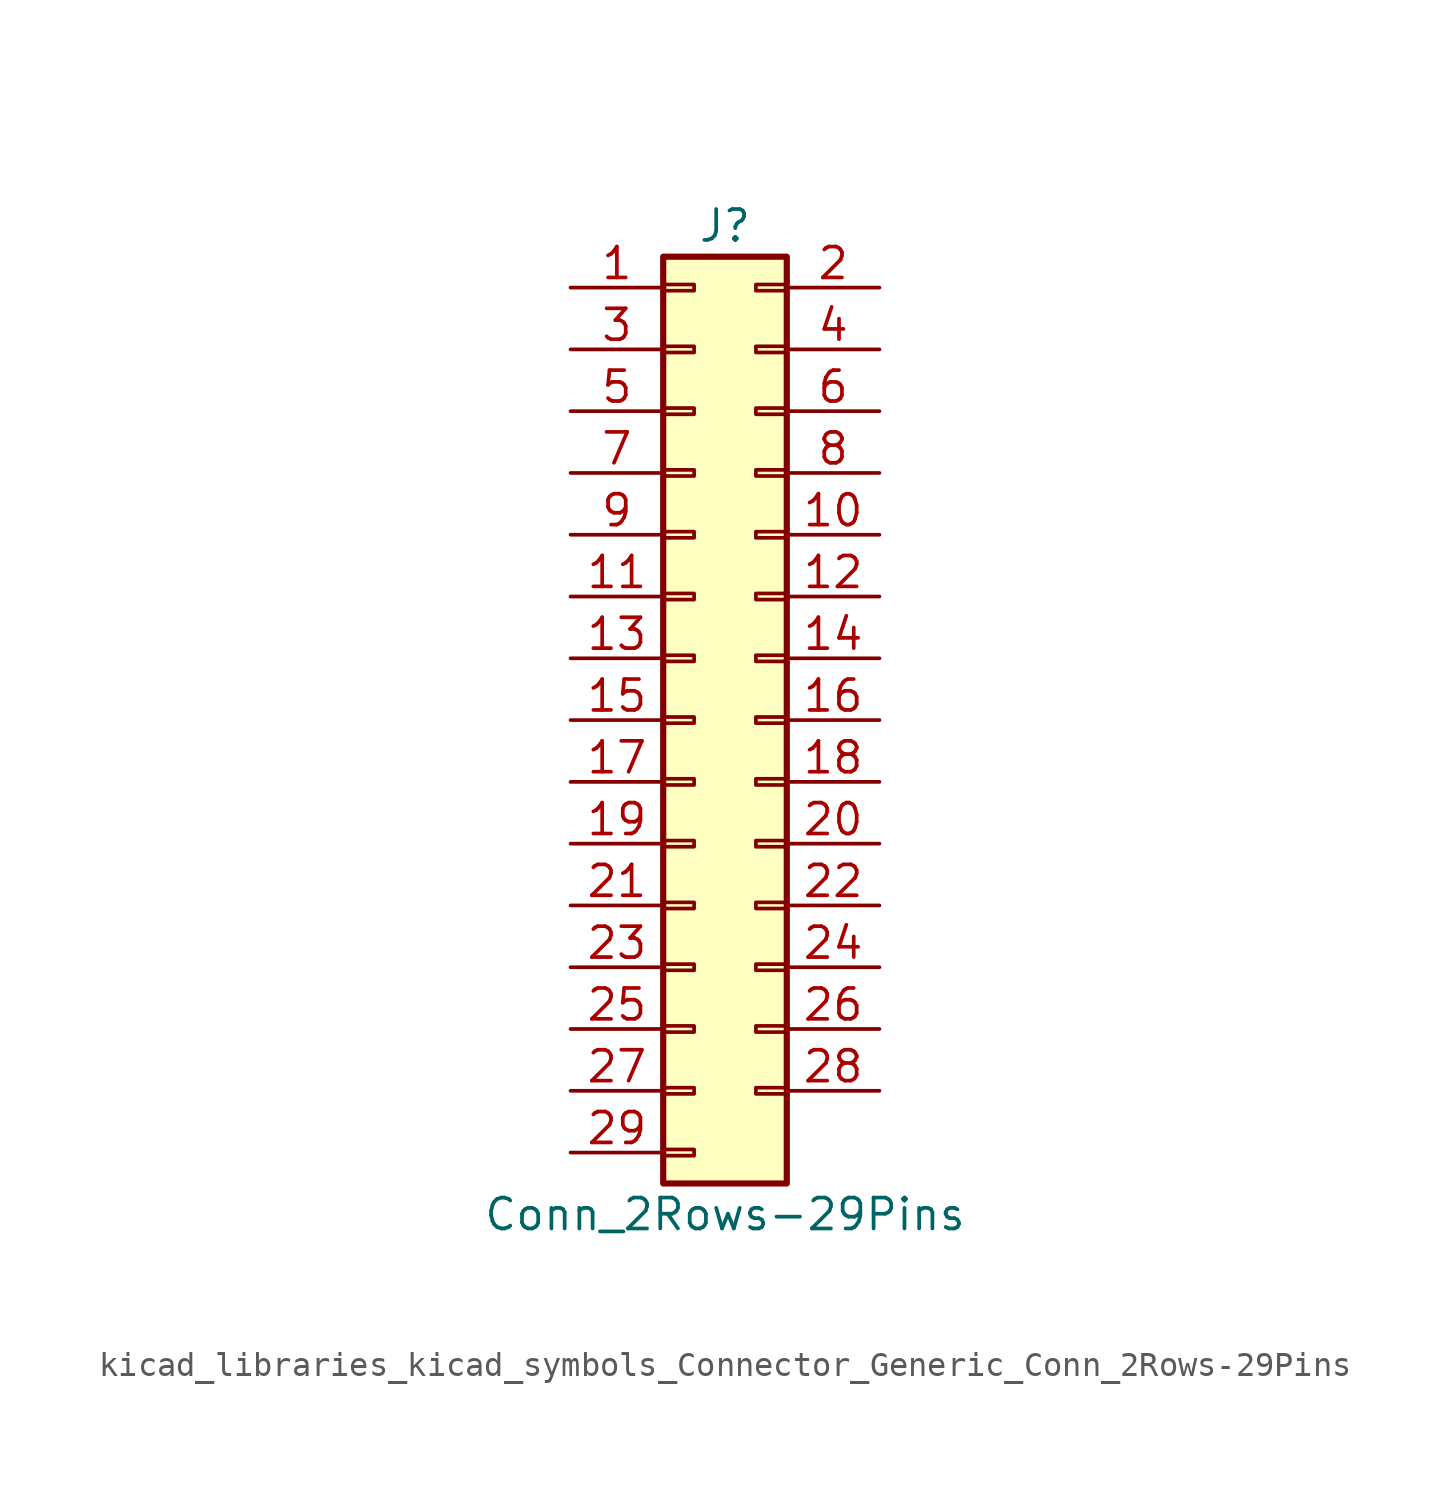
<source format=kicad_sym>
(kicad_symbol_lib
  (version 20220914)
  (generator kicad_symbol_editor)
  (symbol "kicad_libraries_kicad_symbols_Connector_Generic_Conn_2Rows-29Pins"
    (pin_names
      (offset 1.016) hide)
    (property "Reference" "J"
      (at 1.27 20.32 0)
      (effects (font (size 1.27 1.27))))
    (property "Value" "Conn_2Rows-29Pins"
      (at 1.27 -20.32 0)
      (effects (font (size 1.27 1.27))))
    (symbol "kicad_libraries_kicad_symbols_Connector_Generic_Conn_2Rows-29Pins_1_1"
      (rectangle (start -1.27 -17.653) (end 0 -17.907) (stroke (width 0.152) (type default)) (fill (type none)))
      (rectangle (start -1.27 -15.113) (end 0 -15.367) (stroke (width 0.152) (type default)) (fill (type none)))
      (rectangle (start -1.27 -12.573) (end 0 -12.827) (stroke (width 0.152) (type default)) (fill (type none)))
      (rectangle (start -1.27 -10.033) (end 0 -10.287) (stroke (width 0.152) (type default)) (fill (type none)))
      (rectangle (start -1.27 -7.493) (end 0 -7.747) (stroke (width 0.152) (type default)) (fill (type none)))
      (rectangle (start -1.27 -4.953) (end 0 -5.207) (stroke (width 0.152) (type default)) (fill (type none)))
      (rectangle (start -1.27 -2.413) (end 0 -2.667) (stroke (width 0.152) (type default)) (fill (type none)))
      (rectangle (start -1.27 0.127) (end 0 -0.127) (stroke (width 0.152) (type default)) (fill (type none)))
      (rectangle (start -1.27 2.667) (end 0 2.413) (stroke (width 0.152) (type default)) (fill (type none)))
      (rectangle (start -1.27 5.207) (end 0 4.953) (stroke (width 0.152) (type default)) (fill (type none)))
      (rectangle (start -1.27 7.747) (end 0 7.493) (stroke (width 0.152) (type default)) (fill (type none)))
      (rectangle (start -1.27 10.287) (end 0 10.033) (stroke (width 0.152) (type default)) (fill (type none)))
      (rectangle (start -1.27 12.827) (end 0 12.573) (stroke (width 0.152) (type default)) (fill (type none)))
      (rectangle (start -1.27 15.367) (end 0 15.113) (stroke (width 0.152) (type default)) (fill (type none)))
      (rectangle (start -1.27 17.907) (end 0 17.653) (stroke (width 0.152) (type default)) (fill (type none)))
      (rectangle (start -1.27 19.05) (end 3.81 -19.05) (stroke (width 0.254) (type default)) (fill (type background)))
      (rectangle (start 3.81 -15.113) (end 2.54 -15.367) (stroke (width 0.152) (type default)) (fill (type none)))
      (rectangle (start 3.81 -12.573) (end 2.54 -12.827) (stroke (width 0.152) (type default)) (fill (type none)))
      (rectangle (start 3.81 -10.033) (end 2.54 -10.287) (stroke (width 0.152) (type default)) (fill (type none)))
      (rectangle (start 3.81 -7.493) (end 2.54 -7.747) (stroke (width 0.152) (type default)) (fill (type none)))
      (rectangle (start 3.81 -4.953) (end 2.54 -5.207) (stroke (width 0.152) (type default)) (fill (type none)))
      (rectangle (start 3.81 -2.413) (end 2.54 -2.667) (stroke (width 0.152) (type default)) (fill (type none)))
      (rectangle (start 3.81 0.127) (end 2.54 -0.127) (stroke (width 0.152) (type default)) (fill (type none)))
      (rectangle (start 3.81 2.667) (end 2.54 2.413) (stroke (width 0.152) (type default)) (fill (type none)))
      (rectangle (start 3.81 5.207) (end 2.54 4.953) (stroke (width 0.152) (type default)) (fill (type none)))
      (rectangle (start 3.81 7.747) (end 2.54 7.493) (stroke (width 0.152) (type default)) (fill (type none)))
      (rectangle (start 3.81 10.287) (end 2.54 10.033) (stroke (width 0.152) (type default)) (fill (type none)))
      (rectangle (start 3.81 12.827) (end 2.54 12.573) (stroke (width 0.152) (type default)) (fill (type none)))
      (rectangle (start 3.81 15.367) (end 2.54 15.113) (stroke (width 0.152) (type default)) (fill (type none)))
      (rectangle (start 3.81 17.907) (end 2.54 17.653) (stroke (width 0.152) (type default)) (fill (type none)))
      (pin passive line (at -5.08 17.78 0) (length 3.81) (name "Pin_1" (effects (font (size 1.27 1.27)))) (number "1" (effects (font (size 1.27 1.27)))))
      (pin passive line (at 7.62 7.62 180) (length 3.81) (name "Pin_10" (effects (font (size 1.27 1.27)))) (number "10" (effects (font (size 1.27 1.27)))))
      (pin passive line (at -5.08 5.08 0) (length 3.81) (name "Pin_11" (effects (font (size 1.27 1.27)))) (number "11" (effects (font (size 1.27 1.27)))))
      (pin passive line (at 7.62 5.08 180) (length 3.81) (name "Pin_12" (effects (font (size 1.27 1.27)))) (number "12" (effects (font (size 1.27 1.27)))))
      (pin passive line (at -5.08 2.54 0) (length 3.81) (name "Pin_13" (effects (font (size 1.27 1.27)))) (number "13" (effects (font (size 1.27 1.27)))))
      (pin passive line (at 7.62 2.54 180) (length 3.81) (name "Pin_14" (effects (font (size 1.27 1.27)))) (number "14" (effects (font (size 1.27 1.27)))))
      (pin passive line (at -5.08 0 0) (length 3.81) (name "Pin_15" (effects (font (size 1.27 1.27)))) (number "15" (effects (font (size 1.27 1.27)))))
      (pin passive line (at 7.62 0 180) (length 3.81) (name "Pin_16" (effects (font (size 1.27 1.27)))) (number "16" (effects (font (size 1.27 1.27)))))
      (pin passive line (at -5.08 -2.54 0) (length 3.81) (name "Pin_17" (effects (font (size 1.27 1.27)))) (number "17" (effects (font (size 1.27 1.27)))))
      (pin passive line (at 7.62 -2.54 180) (length 3.81) (name "Pin_18" (effects (font (size 1.27 1.27)))) (number "18" (effects (font (size 1.27 1.27)))))
      (pin passive line (at -5.08 -5.08 0) (length 3.81) (name "Pin_19" (effects (font (size 1.27 1.27)))) (number "19" (effects (font (size 1.27 1.27)))))
      (pin passive line (at 7.62 17.78 180) (length 3.81) (name "Pin_2" (effects (font (size 1.27 1.27)))) (number "2" (effects (font (size 1.27 1.27)))))
      (pin passive line (at 7.62 -5.08 180) (length 3.81) (name "Pin_20" (effects (font (size 1.27 1.27)))) (number "20" (effects (font (size 1.27 1.27)))))
      (pin passive line (at -5.08 -7.62 0) (length 3.81) (name "Pin_21" (effects (font (size 1.27 1.27)))) (number "21" (effects (font (size 1.27 1.27)))))
      (pin passive line (at 7.62 -7.62 180) (length 3.81) (name "Pin_22" (effects (font (size 1.27 1.27)))) (number "22" (effects (font (size 1.27 1.27)))))
      (pin passive line (at -5.08 -10.16 0) (length 3.81) (name "Pin_23" (effects (font (size 1.27 1.27)))) (number "23" (effects (font (size 1.27 1.27)))))
      (pin passive line (at 7.62 -10.16 180) (length 3.81) (name "Pin_24" (effects (font (size 1.27 1.27)))) (number "24" (effects (font (size 1.27 1.27)))))
      (pin passive line (at -5.08 -12.7 0) (length 3.81) (name "Pin_25" (effects (font (size 1.27 1.27)))) (number "25" (effects (font (size 1.27 1.27)))))
      (pin passive line (at 7.62 -12.7 180) (length 3.81) (name "Pin_26" (effects (font (size 1.27 1.27)))) (number "26" (effects (font (size 1.27 1.27)))))
      (pin passive line (at -5.08 -15.24 0) (length 3.81) (name "Pin_27" (effects (font (size 1.27 1.27)))) (number "27" (effects (font (size 1.27 1.27)))))
      (pin passive line (at 7.62 -15.24 180) (length 3.81) (name "Pin_28" (effects (font (size 1.27 1.27)))) (number "28" (effects (font (size 1.27 1.27)))))
      (pin passive line (at -5.08 -17.78 0) (length 3.81) (name "Pin_29" (effects (font (size 1.27 1.27)))) (number "29" (effects (font (size 1.27 1.27)))))
      (pin passive line (at -5.08 15.24 0) (length 3.81) (name "Pin_3" (effects (font (size 1.27 1.27)))) (number "3" (effects (font (size 1.27 1.27)))))
      (pin passive line (at 7.62 15.24 180) (length 3.81) (name "Pin_4" (effects (font (size 1.27 1.27)))) (number "4" (effects (font (size 1.27 1.27)))))
      (pin passive line (at -5.08 12.7 0) (length 3.81) (name "Pin_5" (effects (font (size 1.27 1.27)))) (number "5" (effects (font (size 1.27 1.27)))))
      (pin passive line (at 7.62 12.7 180) (length 3.81) (name "Pin_6" (effects (font (size 1.27 1.27)))) (number "6" (effects (font (size 1.27 1.27)))))
      (pin passive line (at -5.08 10.16 0) (length 3.81) (name "Pin_7" (effects (font (size 1.27 1.27)))) (number "7" (effects (font (size 1.27 1.27)))))
      (pin passive line (at 7.62 10.16 180) (length 3.81) (name "Pin_8" (effects (font (size 1.27 1.27)))) (number "8" (effects (font (size 1.27 1.27)))))
      (pin passive line (at -5.08 7.62 0) (length 3.81) (name "Pin_9" (effects (font (size 1.27 1.27)))) (number "9" (effects (font (size 1.27 1.27))))))))
</source>
